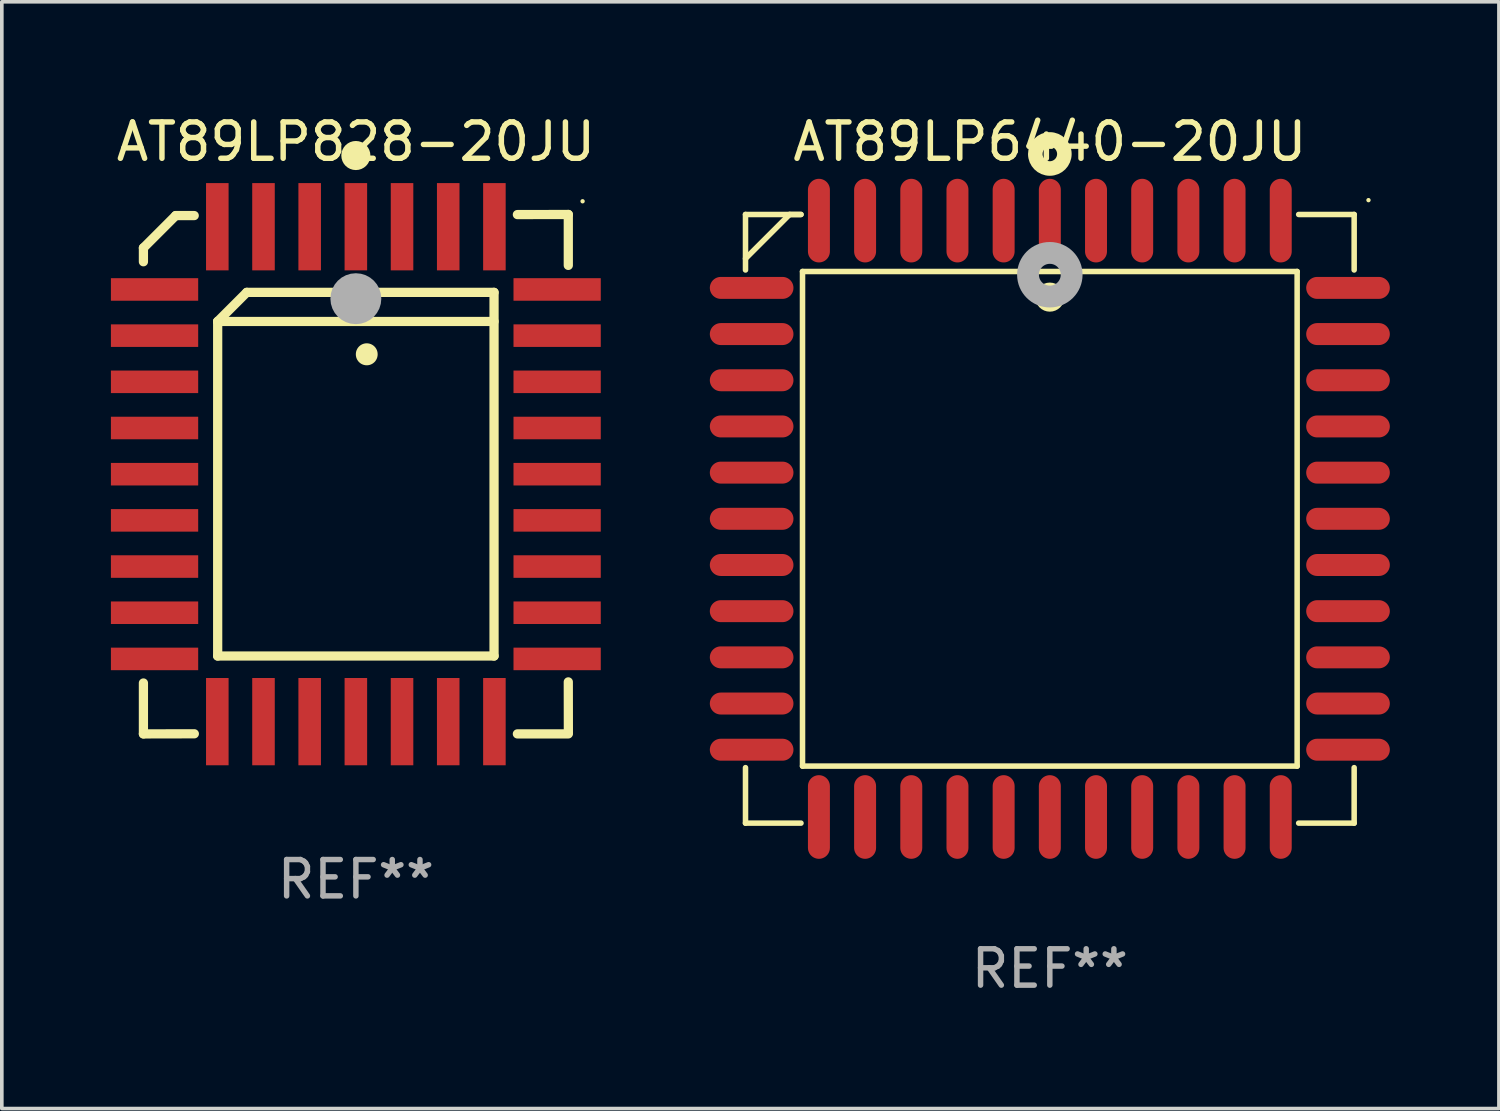
<source format=kicad_pcb>
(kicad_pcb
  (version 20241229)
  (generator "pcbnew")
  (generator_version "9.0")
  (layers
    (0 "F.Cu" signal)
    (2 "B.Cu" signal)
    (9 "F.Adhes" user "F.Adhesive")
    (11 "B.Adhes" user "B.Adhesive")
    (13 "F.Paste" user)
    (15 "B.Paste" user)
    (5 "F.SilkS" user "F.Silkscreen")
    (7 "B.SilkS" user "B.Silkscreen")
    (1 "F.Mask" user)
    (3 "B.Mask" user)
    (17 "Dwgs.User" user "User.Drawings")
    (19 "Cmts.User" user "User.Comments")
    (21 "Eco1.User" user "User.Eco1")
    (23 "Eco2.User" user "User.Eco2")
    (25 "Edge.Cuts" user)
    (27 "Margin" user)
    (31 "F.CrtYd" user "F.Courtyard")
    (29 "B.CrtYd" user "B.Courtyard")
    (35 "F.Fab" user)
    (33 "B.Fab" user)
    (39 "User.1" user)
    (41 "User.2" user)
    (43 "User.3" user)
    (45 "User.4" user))
  (footprint "AT89LP6440-20JU"
    (layer "F.Cu")
    (at 25.82 11.217)
    (property "Reference" "AT89LP6440-20JU" (at 0 -10.369 0) (layer "F.SilkS") (effects (font (size 1 1) (thickness 0.15))))
    (attr through_hole)
    (fp_line (start -8.369 -8.369) (end -8.369 -6.843) (stroke (width 0.152) (type solid)) (layer "F.SilkS"))
    (fp_line (start -8.369 8.369) (end -8.369 6.843) (stroke (width 0.152) (type solid)) (layer "F.SilkS"))
    (fp_line (start -7.156 -8.369) (end -8.369 -7.156) (stroke (width 0.152) (type solid)) (layer "F.SilkS"))
    (fp_line (start -6.843 -8.369) (end -8.369 -8.369) (stroke (width 0.152) (type solid)) (layer "F.SilkS"))
    (fp_line (start -6.843 -8.369) (end -7.156 -8.369) (stroke (width 0.152) (type solid)) (layer "F.SilkS"))
    (fp_line (start -6.843 8.369) (end -8.369 8.369) (stroke (width 0.152) (type solid)) (layer "F.SilkS"))
    (fp_line (start -6.801 -6.801) (end 6.801 -6.801) (stroke (width 0.152) (type solid)) (layer "F.SilkS"))
    (fp_line (start -6.801 6.801) (end -6.801 -6.801) (stroke (width 0.152) (type solid)) (layer "F.SilkS"))
    (fp_line (start 6.801 -6.801) (end 6.801 6.801) (stroke (width 0.152) (type solid)) (layer "F.SilkS"))
    (fp_line (start 6.801 6.801) (end -6.801 6.801) (stroke (width 0.152) (type solid)) (layer "F.SilkS"))
    (fp_line (start 6.843 -8.369) (end 8.369 -8.369) (stroke (width 0.152) (type solid)) (layer "F.SilkS"))
    (fp_line (start 6.843 8.369) (end 8.369 8.369) (stroke (width 0.152) (type solid)) (layer "F.SilkS"))
    (fp_line (start 8.369 -8.369) (end 8.369 -6.843) (stroke (width 0.152) (type solid)) (layer "F.SilkS"))
    (fp_line (start 8.369 8.369) (end 8.369 6.843) (stroke (width 0.152) (type solid)) (layer "F.SilkS"))
    (fp_circle (center -0.000013 -6.096) (end 0.2 -6.096) (stroke (width 0.4) (type solid)) (fill no) (layer "F.SilkS"))
    (fp_circle (center 0.000114 -10.033) (end 0.2 -10.033) (stroke (width 0.4) (type solid)) (fill no) (layer "F.SilkS"))
    (fp_circle (center 8.763 -8.763) (end 8.793 -8.763) (stroke (width 0.06) (type solid)) (fill no) (layer "F.SilkS"))
    (fp_circle (center 0.000114 -6.712) (end 0.3 -6.712) (stroke (width 0.6) (type solid)) (fill no) (layer "F.Fab"))
    (fp_text user "REF**" (at 0 12.369 0) (layer "F.Fab") (effects (font (size 1 1) (thickness 0.15))))
    (pad "1" smd oval (at 0.000114 -8.2) (size 0.604 2.3) (layers "F.Cu" "F.Mask" "F.Paste"))
    (pad "2" smd oval (at -1.27 -8.2) (size 0.604 2.3) (layers "F.Cu" "F.Mask" "F.Paste"))
    (pad "3" smd oval (at -2.54 -8.2) (size 0.604 2.3) (layers "F.Cu" "F.Mask" "F.Paste"))
    (pad "4" smd oval (at -3.81 -8.2) (size 0.604 2.3) (layers "F.Cu" "F.Mask" "F.Paste"))
    (pad "5" smd oval (at -5.08 -8.2) (size 0.604 2.3) (layers "F.Cu" "F.Mask" "F.Paste"))
    (pad "6" smd oval (at -6.35 -8.2) (size 0.604 2.3) (layers "F.Cu" "F.Mask" "F.Paste"))
    (pad "7" smd oval (at -8.2 -6.35) (size 2.3 0.604) (layers "F.Cu" "F.Mask" "F.Paste"))
    (pad "8" smd oval (at -8.2 -5.08) (size 2.3 0.604) (layers "F.Cu" "F.Mask" "F.Paste"))
    (pad "9" smd oval (at -8.2 -3.81) (size 2.3 0.604) (layers "F.Cu" "F.Mask" "F.Paste"))
    (pad "10" smd oval (at -8.2 -2.54) (size 2.3 0.604) (layers "F.Cu" "F.Mask" "F.Paste"))
    (pad "11" smd oval (at -8.2 -1.27) (size 2.3 0.604) (layers "F.Cu" "F.Mask" "F.Paste"))
    (pad "12" smd oval (at -8.2 0.000127) (size 2.3 0.604) (layers "F.Cu" "F.Mask" "F.Paste"))
    (pad "13" smd oval (at -8.2 1.27) (size 2.3 0.604) (layers "F.Cu" "F.Mask" "F.Paste"))
    (pad "14" smd oval (at -8.2 2.54) (size 2.3 0.604) (layers "F.Cu" "F.Mask" "F.Paste"))
    (pad "15" smd oval (at -8.2 3.81) (size 2.3 0.604) (layers "F.Cu" "F.Mask" "F.Paste"))
    (pad "16" smd oval (at -8.2 5.08) (size 2.3 0.604) (layers "F.Cu" "F.Mask" "F.Paste"))
    (pad "17" smd oval (at -8.2 6.35) (size 2.3 0.604) (layers "F.Cu" "F.Mask" "F.Paste"))
    (pad "18" smd oval (at -6.35 8.2) (size 0.604 2.3) (layers "F.Cu" "F.Mask" "F.Paste"))
    (pad "19" smd oval (at -5.08 8.2) (size 0.604 2.3) (layers "F.Cu" "F.Mask" "F.Paste"))
    (pad "20" smd oval (at -3.81 8.2) (size 0.604 2.3) (layers "F.Cu" "F.Mask" "F.Paste"))
    (pad "21" smd oval (at -2.54 8.2) (size 0.604 2.3) (layers "F.Cu" "F.Mask" "F.Paste"))
    (pad "22" smd oval (at -1.27 8.2) (size 0.604 2.3) (layers "F.Cu" "F.Mask" "F.Paste"))
    (pad "23" smd oval (at 0.000114 8.2) (size 0.604 2.3) (layers "F.Cu" "F.Mask" "F.Paste"))
    (pad "24" smd oval (at 1.27 8.2) (size 0.604 2.3) (layers "F.Cu" "F.Mask" "F.Paste"))
    (pad "25" smd oval (at 2.54 8.2) (size 0.604 2.3) (layers "F.Cu" "F.Mask" "F.Paste"))
    (pad "26" smd oval (at 3.81 8.2) (size 0.604 2.3) (layers "F.Cu" "F.Mask" "F.Paste"))
    (pad "27" smd oval (at 5.08 8.2) (size 0.604 2.3) (layers "F.Cu" "F.Mask" "F.Paste"))
    (pad "28" smd oval (at 6.35 8.2) (size 0.604 2.3) (layers "F.Cu" "F.Mask" "F.Paste"))
    (pad "29" smd oval (at 8.2 6.35) (size 2.3 0.604) (layers "F.Cu" "F.Mask" "F.Paste"))
    (pad "30" smd oval (at 8.2 5.08) (size 2.3 0.604) (layers "F.Cu" "F.Mask" "F.Paste"))
    (pad "31" smd oval (at 8.2 3.81) (size 2.3 0.604) (layers "F.Cu" "F.Mask" "F.Paste"))
    (pad "32" smd oval (at 8.2 2.54) (size 2.3 0.604) (layers "F.Cu" "F.Mask" "F.Paste"))
    (pad "33" smd oval (at 8.2 1.27) (size 2.3 0.604) (layers "F.Cu" "F.Mask" "F.Paste"))
    (pad "34" smd oval (at 8.2 0.000127) (size 2.3 0.604) (layers "F.Cu" "F.Mask" "F.Paste"))
    (pad "35" smd oval (at 8.2 -1.27) (size 2.3 0.604) (layers "F.Cu" "F.Mask" "F.Paste"))
    (pad "36" smd oval (at 8.2 -2.54) (size 2.3 0.604) (layers "F.Cu" "F.Mask" "F.Paste"))
    (pad "37" smd oval (at 8.2 -3.81) (size 2.3 0.604) (layers "F.Cu" "F.Mask" "F.Paste"))
    (pad "38" smd oval (at 8.2 -5.08) (size 2.3 0.604) (layers "F.Cu" "F.Mask" "F.Paste"))
    (pad "39" smd oval (at 8.2 -6.35) (size 2.3 0.604) (layers "F.Cu" "F.Mask" "F.Paste"))
    (pad "40" smd oval (at 6.35 -8.2) (size 0.604 2.3) (layers "F.Cu" "F.Mask" "F.Paste"))
    (pad "41" smd oval (at 5.08 -8.2) (size 0.604 2.3) (layers "F.Cu" "F.Mask" "F.Paste"))
    (pad "42" smd oval (at 3.81 -8.2) (size 0.604 2.3) (layers "F.Cu" "F.Mask" "F.Paste"))
    (pad "43" smd oval (at 2.54 -8.2) (size 0.604 2.3) (layers "F.Cu" "F.Mask" "F.Paste"))
    (pad "44" smd oval (at 1.27 -8.2) (size 0.604 2.3) (layers "F.Cu" "F.Mask" "F.Paste")))
  (footprint "AT89LP828-20JU"
    (layer "F.Cu")
    (at 6.737 9.99)
    (property "Reference" "AT89LP828-20JU" (at 0 -9.142 0) (layer "F.SilkS") (effects (font (size 1 1) (thickness 0.15))))
    (attr through_hole)
    (fp_line (start -5.843 5.742) (end -5.843 7.142) (stroke (width 0.254) (type solid)) (layer "F.SilkS"))
    (fp_line (start -5.843 7.142) (end -4.443 7.139) (stroke (width 0.254) (type solid)) (layer "F.SilkS"))
    (fp_line (start -5.843 -6.223) (end -4.954 -7.112) (stroke (width 0.254) (type solid)) (layer "F.SilkS"))
    (fp_line (start -5.843 -5.842) (end -5.843 -6.223) (stroke (width 0.254) (type solid)) (layer "F.SilkS"))
    (fp_line (start -4.954 -7.112) (end -4.446 -7.112) (stroke (width 0.254) (type solid)) (layer "F.SilkS"))
    (fp_line (start -3.801 -4.2) (end -3.001 -5) (stroke (width 0.254) (type solid)) (layer "F.SilkS"))
    (fp_line (start -3.801 -4.2) (end 3.799 -4.2) (stroke (width 0.254) (type solid)) (layer "F.SilkS"))
    (fp_line (start -3.801 5) (end -3.801 -4.2) (stroke (width 0.254) (type solid)) (layer "F.SilkS"))
    (fp_line (start -3.001 -5) (end 3.799 -5) (stroke (width 0.254) (type solid)) (layer "F.SilkS"))
    (fp_line (start 3.799 -5) (end 3.799 5) (stroke (width 0.254) (type solid)) (layer "F.SilkS"))
    (fp_line (start 3.799 5) (end -3.801 5) (stroke (width 0.254) (type solid)) (layer "F.SilkS"))
    (fp_line (start 4.441 7.142) (end 5.841 7.142) (stroke (width 0.254) (type solid)) (layer "F.SilkS"))
    (fp_line (start 5.841 -7.142) (end 4.441 -7.139) (stroke (width 0.254) (type solid)) (layer "F.SilkS"))
    (fp_line (start 5.841 -5.742) (end 5.841 -7.142) (stroke (width 0.254) (type solid)) (layer "F.SilkS"))
    (fp_line (start 5.843 7.112) (end 5.841 5.712) (stroke (width 0.254) (type solid)) (layer "F.SilkS"))
    (fp_arc (start 0.298285 -3.294387) (mid 0.298274 -3.296927) (end 0.298285 -3.299467) (stroke (width 0.6) (type solid)) (layer "F.SilkS"))
    (fp_circle (center -0.001 -8.763) (end 0.199 -8.763) (stroke (width 0.4) (type solid)) (fill no) (layer "F.SilkS"))
    (fp_circle (center 6.234 -7.505) (end 6.264 -7.505) (stroke (width 0.06) (type solid)) (fill no) (layer "F.SilkS"))
    (fp_circle (center -0.001 -4.826) (end 0.349 -4.826) (stroke (width 0.7) (type solid)) (fill no) (layer "F.Fab"))
    (fp_text user "REF**" (at 0 11.142 0) (layer "F.Fab") (effects (font (size 1 1) (thickness 0.15))))
    (pad "1" smd rect (at -0.001 -6.805 180) (size 0.62 2.4) (layers "F.Cu" "F.Mask" "F.Paste"))
    (pad "2" smd rect (at -1.271 -6.805 180) (size 0.62 2.4) (layers "F.Cu" "F.Mask" "F.Paste"))
    (pad "3" smd rect (at -2.541 -6.805 180) (size 0.62 2.4) (layers "F.Cu" "F.Mask" "F.Paste"))
    (pad "4" smd rect (at -3.811 -6.805 180) (size 0.62 2.4) (layers "F.Cu" "F.Mask" "F.Paste"))
    (pad "5" smd rect (at -5.537 -5.08 270) (size 0.62 2.4) (layers "F.Cu" "F.Mask" "F.Paste"))
    (pad "6" smd rect (at -5.537 -3.81 270) (size 0.62 2.4) (layers "F.Cu" "F.Mask" "F.Paste"))
    (pad "7" smd rect (at -5.537 -2.54 270) (size 0.62 2.4) (layers "F.Cu" "F.Mask" "F.Paste"))
    (pad "8" smd rect (at -5.537 -1.27 270) (size 0.62 2.4) (layers "F.Cu" "F.Mask" "F.Paste"))
    (pad "9" smd rect (at -5.537 0.000127 270) (size 0.62 2.4) (layers "F.Cu" "F.Mask" "F.Paste"))
    (pad "10" smd rect (at -5.537 1.27 270) (size 0.62 2.4) (layers "F.Cu" "F.Mask" "F.Paste"))
    (pad "11" smd rect (at -5.537 2.54 270) (size 0.62 2.4) (layers "F.Cu" "F.Mask" "F.Paste"))
    (pad "12" smd rect (at -5.537 3.81 270) (size 0.62 2.4) (layers "F.Cu" "F.Mask" "F.Paste"))
    (pad "13" smd rect (at -5.537 5.08 270) (size 0.62 2.4) (layers "F.Cu" "F.Mask" "F.Paste"))
    (pad "14" smd rect (at -3.811 6.805) (size 0.62 2.4) (layers "F.Cu" "F.Mask" "F.Paste"))
    (pad "15" smd rect (at -2.541 6.805) (size 0.62 2.4) (layers "F.Cu" "F.Mask" "F.Paste"))
    (pad "16" smd rect (at -1.271 6.805) (size 0.62 2.4) (layers "F.Cu" "F.Mask" "F.Paste"))
    (pad "17" smd rect (at -0.001 6.805) (size 0.62 2.4) (layers "F.Cu" "F.Mask" "F.Paste"))
    (pad "18" smd rect (at 1.269 6.805) (size 0.62 2.4) (layers "F.Cu" "F.Mask" "F.Paste"))
    (pad "19" smd rect (at 2.539 6.805) (size 0.62 2.4) (layers "F.Cu" "F.Mask" "F.Paste"))
    (pad "20" smd rect (at 3.809 6.805) (size 0.62 2.4) (layers "F.Cu" "F.Mask" "F.Paste"))
    (pad "21" smd rect (at 5.534 5.08 90) (size 0.62 2.4) (layers "F.Cu" "F.Mask" "F.Paste"))
    (pad "22" smd rect (at 5.534 3.81 90) (size 0.62 2.4) (layers "F.Cu" "F.Mask" "F.Paste"))
    (pad "23" smd rect (at 5.534 2.54 90) (size 0.62 2.4) (layers "F.Cu" "F.Mask" "F.Paste"))
    (pad "24" smd rect (at 5.534 1.27 90) (size 0.62 2.4) (layers "F.Cu" "F.Mask" "F.Paste"))
    (pad "25" smd rect (at 5.534 0.000127 90) (size 0.62 2.4) (layers "F.Cu" "F.Mask" "F.Paste"))
    (pad "26" smd rect (at 5.534 -1.27 90) (size 0.62 2.4) (layers "F.Cu" "F.Mask" "F.Paste"))
    (pad "27" smd rect (at 5.534 -2.54 90) (size 0.62 2.4) (layers "F.Cu" "F.Mask" "F.Paste"))
    (pad "28" smd rect (at 5.534 -3.81 90) (size 0.62 2.4) (layers "F.Cu" "F.Mask" "F.Paste"))
    (pad "29" smd rect (at 5.534 -5.08 90) (size 0.62 2.4) (layers "F.Cu" "F.Mask" "F.Paste"))
    (pad "30" smd rect (at 3.809 -6.805) (size 0.62 2.4) (layers "F.Cu" "F.Mask" "F.Paste"))
    (pad "31" smd rect (at 2.539 -6.805) (size 0.62 2.4) (layers "F.Cu" "F.Mask" "F.Paste"))
    (pad "32" smd rect (at 1.269 -6.805) (size 0.62 2.4) (layers "F.Cu" "F.Mask" "F.Paste")))
  (gr_rect
    (start -3 -3)
    (end 38.17 27.435)
    (stroke (width 0.1) (type default))
    (fill no)
    (layer "Edge.Cuts")))
</source>
